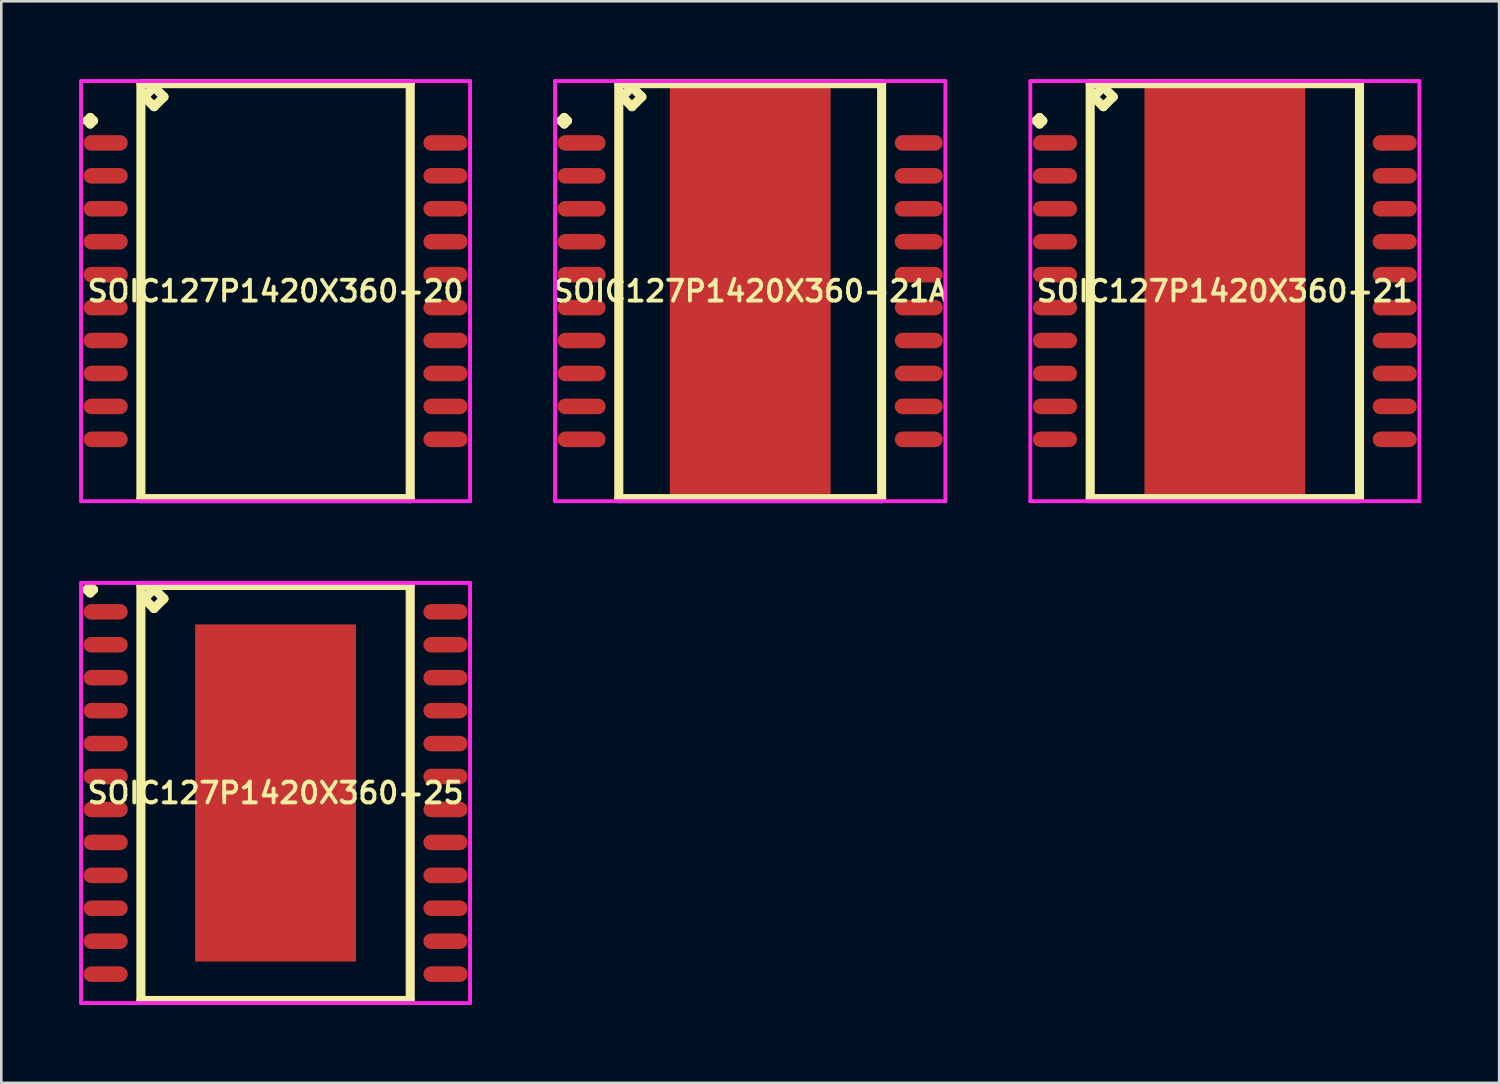
<source format=kicad_pcb>
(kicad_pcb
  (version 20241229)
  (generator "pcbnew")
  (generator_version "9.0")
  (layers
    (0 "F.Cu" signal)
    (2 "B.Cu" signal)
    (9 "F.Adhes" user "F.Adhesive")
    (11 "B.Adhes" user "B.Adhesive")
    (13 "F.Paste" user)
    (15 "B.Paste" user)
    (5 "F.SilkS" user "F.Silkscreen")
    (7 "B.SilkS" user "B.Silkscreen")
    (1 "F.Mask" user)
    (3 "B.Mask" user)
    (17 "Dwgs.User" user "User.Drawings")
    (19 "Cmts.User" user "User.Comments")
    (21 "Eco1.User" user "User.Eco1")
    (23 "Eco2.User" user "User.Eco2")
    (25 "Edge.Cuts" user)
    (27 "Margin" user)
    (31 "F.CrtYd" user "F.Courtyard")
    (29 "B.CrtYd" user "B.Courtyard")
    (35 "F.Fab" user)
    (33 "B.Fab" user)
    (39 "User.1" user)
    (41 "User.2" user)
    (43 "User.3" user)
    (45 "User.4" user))
  (footprint "SOIC127P1420X360-20"
    (layer "F.Cu")
    (at 7.575 8.175)
    (property "Reference" "SOIC127P1420X360-20" (at 0 0 0) (layer "F.SilkS") (effects (font (size 0.8 0.8) (thickness 0.15))))
    (attr smd)
    (fp_line (start -7.273 -6.569) (end -7.146 -6.696) (stroke (width 0.35) (type solid)) (layer "F.SilkS"))
    (fp_line (start -7.146 -6.696) (end -7.019 -6.569) (stroke (width 0.35) (type solid)) (layer "F.SilkS"))
    (fp_line (start -7.146 -6.442) (end -7.273 -6.569) (stroke (width 0.35) (type solid)) (layer "F.SilkS"))
    (fp_line (start -7.019 -6.569) (end -7.146 -6.442) (stroke (width 0.35) (type solid)) (layer "F.SilkS"))
    (fp_line (start -5.192 -8) (end -5.192 8) (stroke (width 0.35) (type solid)) (layer "F.SilkS"))
    (fp_line (start -5.192 8) (end 5.192 8) (stroke (width 0.35) (type solid)) (layer "F.SilkS"))
    (fp_line (start -5.065 -7.492) (end -4.684 -7.873) (stroke (width 0.35) (type solid)) (layer "F.SilkS"))
    (fp_line (start -4.684 -7.873) (end -4.303 -7.492) (stroke (width 0.35) (type solid)) (layer "F.SilkS"))
    (fp_line (start -4.684 -7.111) (end -5.065 -7.492) (stroke (width 0.35) (type solid)) (layer "F.SilkS"))
    (fp_line (start -4.303 -7.492) (end -4.684 -7.111) (stroke (width 0.35) (type solid)) (layer "F.SilkS"))
    (fp_line (start 5.192 -8) (end -5.192 -8) (stroke (width 0.35) (type solid)) (layer "F.SilkS"))
    (fp_line (start 5.192 8) (end 5.192 -8) (stroke (width 0.35) (type solid)) (layer "F.SilkS"))
    (fp_line (start -7.5 -8.1) (end 7.5 -8.1) (stroke (width 0.15) (type solid)) (layer "F.CrtYd"))
    (fp_line (start -7.5 8.1) (end -7.5 -8.1) (stroke (width 0.15) (type solid)) (layer "F.CrtYd"))
    (fp_line (start 7.5 -8.1) (end 7.5 8.1) (stroke (width 0.15) (type solid)) (layer "F.CrtYd"))
    (fp_line (start 7.5 8.1) (end -7.5 8.1) (stroke (width 0.15) (type solid)) (layer "F.CrtYd"))
    (pad "1" smd oval (at -6.55 -5.715) (size 1.7 0.6) (layers "F.Cu" "F.Mask" "F.Paste"))
    (pad "2" smd oval (at -6.55 -4.445) (size 1.7 0.6) (layers "F.Cu" "F.Mask" "F.Paste"))
    (pad "3" smd oval (at -6.55 -3.175) (size 1.7 0.6) (layers "F.Cu" "F.Mask" "F.Paste"))
    (pad "4" smd oval (at -6.55 -1.905) (size 1.7 0.6) (layers "F.Cu" "F.Mask" "F.Paste"))
    (pad "5" smd oval (at -6.55 -0.635) (size 1.7 0.6) (layers "F.Cu" "F.Mask" "F.Paste"))
    (pad "6" smd oval (at -6.55 0.635) (size 1.7 0.6) (layers "F.Cu" "F.Mask" "F.Paste"))
    (pad "7" smd oval (at -6.55 1.905) (size 1.7 0.6) (layers "F.Cu" "F.Mask" "F.Paste"))
    (pad "8" smd oval (at -6.55 3.175) (size 1.7 0.6) (layers "F.Cu" "F.Mask" "F.Paste"))
    (pad "9" smd oval (at -6.55 4.445) (size 1.7 0.6) (layers "F.Cu" "F.Mask" "F.Paste"))
    (pad "10" smd oval (at -6.55 5.715) (size 1.7 0.6) (layers "F.Cu" "F.Mask" "F.Paste"))
    (pad "11" smd oval (at 6.55 5.715) (size 1.7 0.6) (layers "F.Cu" "F.Mask" "F.Paste"))
    (pad "12" smd oval (at 6.55 4.445) (size 1.7 0.6) (layers "F.Cu" "F.Mask" "F.Paste"))
    (pad "13" smd oval (at 6.55 3.175) (size 1.7 0.6) (layers "F.Cu" "F.Mask" "F.Paste"))
    (pad "14" smd oval (at 6.55 1.905) (size 1.7 0.6) (layers "F.Cu" "F.Mask" "F.Paste"))
    (pad "15" smd oval (at 6.55 0.635) (size 1.7 0.6) (layers "F.Cu" "F.Mask" "F.Paste"))
    (pad "16" smd oval (at 6.55 -0.635) (size 1.7 0.6) (layers "F.Cu" "F.Mask" "F.Paste"))
    (pad "17" smd oval (at 6.55 -1.905) (size 1.7 0.6) (layers "F.Cu" "F.Mask" "F.Paste"))
    (pad "18" smd oval (at 6.55 -3.175) (size 1.7 0.6) (layers "F.Cu" "F.Mask" "F.Paste"))
    (pad "19" smd oval (at 6.55 -4.445) (size 1.7 0.6) (layers "F.Cu" "F.Mask" "F.Paste"))
    (pad "20" smd oval (at 6.55 -5.715) (size 1.7 0.6) (layers "F.Cu" "F.Mask" "F.Paste")))
  (footprint "SOIC127P1420X360-25"
    (layer "F.Cu")
    (at 7.575 27.525)
    (property "Reference" "SOIC127P1420X360-25" (at 0 0 0) (layer "F.SilkS") (effects (font (size 0.8 0.8) (thickness 0.15))))
    (attr smd)
    (fp_line (start -7.273 -7.839) (end -7.146 -7.966) (stroke (width 0.35) (type solid)) (layer "F.SilkS"))
    (fp_line (start -7.146 -7.966) (end -7.019 -7.839) (stroke (width 0.35) (type solid)) (layer "F.SilkS"))
    (fp_line (start -7.146 -7.712) (end -7.273 -7.839) (stroke (width 0.35) (type solid)) (layer "F.SilkS"))
    (fp_line (start -7.019 -7.839) (end -7.146 -7.712) (stroke (width 0.35) (type solid)) (layer "F.SilkS"))
    (fp_line (start -5.192 -8) (end -5.192 8) (stroke (width 0.35) (type solid)) (layer "F.SilkS"))
    (fp_line (start -5.192 8) (end 5.192 8) (stroke (width 0.35) (type solid)) (layer "F.SilkS"))
    (fp_line (start -5.065 -7.492) (end -4.684 -7.873) (stroke (width 0.35) (type solid)) (layer "F.SilkS"))
    (fp_line (start -4.684 -7.873) (end -4.303 -7.492) (stroke (width 0.35) (type solid)) (layer "F.SilkS"))
    (fp_line (start -4.684 -7.111) (end -5.065 -7.492) (stroke (width 0.35) (type solid)) (layer "F.SilkS"))
    (fp_line (start -4.303 -7.492) (end -4.684 -7.111) (stroke (width 0.35) (type solid)) (layer "F.SilkS"))
    (fp_line (start 5.192 -8) (end -5.192 -8) (stroke (width 0.35) (type solid)) (layer "F.SilkS"))
    (fp_line (start 5.192 8) (end 5.192 -8) (stroke (width 0.35) (type solid)) (layer "F.SilkS"))
    (fp_line (start -7.5 -8.1) (end 7.5 -8.1) (stroke (width 0.15) (type solid)) (layer "F.CrtYd"))
    (fp_line (start -7.5 8.1) (end -7.5 -8.1) (stroke (width 0.15) (type solid)) (layer "F.CrtYd"))
    (fp_line (start 7.5 -8.1) (end 7.5 8.1) (stroke (width 0.15) (type solid)) (layer "F.CrtYd"))
    (fp_line (start 7.5 8.1) (end -7.5 8.1) (stroke (width 0.15) (type solid)) (layer "F.CrtYd"))
    (pad "1" smd oval (at -6.55 -6.985) (size 1.7 0.6) (layers "F.Cu" "F.Mask" "F.Paste"))
    (pad "2" smd oval (at -6.55 -5.715) (size 1.7 0.6) (layers "F.Cu" "F.Mask" "F.Paste"))
    (pad "3" smd oval (at -6.55 -4.445) (size 1.7 0.6) (layers "F.Cu" "F.Mask" "F.Paste"))
    (pad "4" smd oval (at -6.55 -3.175) (size 1.7 0.6) (layers "F.Cu" "F.Mask" "F.Paste"))
    (pad "5" smd oval (at -6.55 -1.905) (size 1.7 0.6) (layers "F.Cu" "F.Mask" "F.Paste"))
    (pad "6" smd oval (at -6.55 -0.635) (size 1.7 0.6) (layers "F.Cu" "F.Mask" "F.Paste"))
    (pad "7" smd oval (at -6.55 0.635) (size 1.7 0.6) (layers "F.Cu" "F.Mask" "F.Paste"))
    (pad "8" smd oval (at -6.55 1.905) (size 1.7 0.6) (layers "F.Cu" "F.Mask" "F.Paste"))
    (pad "9" smd oval (at -6.55 3.175) (size 1.7 0.6) (layers "F.Cu" "F.Mask" "F.Paste"))
    (pad "10" smd oval (at -6.55 4.445) (size 1.7 0.6) (layers "F.Cu" "F.Mask" "F.Paste"))
    (pad "11" smd oval (at -6.55 5.715) (size 1.7 0.6) (layers "F.Cu" "F.Mask" "F.Paste"))
    (pad "12" smd oval (at -6.55 6.985) (size 1.7 0.6) (layers "F.Cu" "F.Mask" "F.Paste"))
    (pad "13" smd oval (at 6.55 6.985) (size 1.7 0.6) (layers "F.Cu" "F.Mask" "F.Paste"))
    (pad "14" smd oval (at 6.55 5.715) (size 1.7 0.6) (layers "F.Cu" "F.Mask" "F.Paste"))
    (pad "15" smd oval (at 6.55 4.445) (size 1.7 0.6) (layers "F.Cu" "F.Mask" "F.Paste"))
    (pad "16" smd oval (at 6.55 3.175) (size 1.7 0.6) (layers "F.Cu" "F.Mask" "F.Paste"))
    (pad "17" smd oval (at 6.55 1.905) (size 1.7 0.6) (layers "F.Cu" "F.Mask" "F.Paste"))
    (pad "18" smd oval (at 6.55 0.635) (size 1.7 0.6) (layers "F.Cu" "F.Mask" "F.Paste"))
    (pad "19" smd oval (at 6.55 -0.635) (size 1.7 0.6) (layers "F.Cu" "F.Mask" "F.Paste"))
    (pad "20" smd oval (at 6.55 -1.905) (size 1.7 0.6) (layers "F.Cu" "F.Mask" "F.Paste"))
    (pad "21" smd oval (at 6.55 -3.175) (size 1.7 0.6) (layers "F.Cu" "F.Mask" "F.Paste"))
    (pad "22" smd oval (at 6.55 -4.445) (size 1.7 0.6) (layers "F.Cu" "F.Mask" "F.Paste"))
    (pad "23" smd oval (at 6.55 -5.715) (size 1.7 0.6) (layers "F.Cu" "F.Mask" "F.Paste"))
    (pad "24" smd oval (at 6.55 -6.985) (size 1.7 0.6) (layers "F.Cu" "F.Mask" "F.Paste"))
    (pad "25" smd rect (at 0 0) (size 6.2 13) (layers "F.Cu" "F.Mask" "F.Paste")))
  (footprint "SOIC127P1420X360-21"
    (layer "F.Cu")
    (at 44.177 8.175)
    (property "Reference" "SOIC127P1420X360-21" (at 0 0 0) (layer "F.SilkS") (effects (font (size 0.8 0.8) (thickness 0.15))))
    (attr smd)
    (fp_line (start -7.273 -6.569) (end -7.146 -6.696) (stroke (width 0.35) (type solid)) (layer "F.SilkS"))
    (fp_line (start -7.146 -6.696) (end -7.019 -6.569) (stroke (width 0.35) (type solid)) (layer "F.SilkS"))
    (fp_line (start -7.146 -6.442) (end -7.273 -6.569) (stroke (width 0.35) (type solid)) (layer "F.SilkS"))
    (fp_line (start -7.019 -6.569) (end -7.146 -6.442) (stroke (width 0.35) (type solid)) (layer "F.SilkS"))
    (fp_line (start -5.192 -8) (end -5.192 8) (stroke (width 0.35) (type solid)) (layer "F.SilkS"))
    (fp_line (start -5.192 8) (end 5.192 8) (stroke (width 0.35) (type solid)) (layer "F.SilkS"))
    (fp_line (start -5.065 -7.492) (end -4.684 -7.873) (stroke (width 0.35) (type solid)) (layer "F.SilkS"))
    (fp_line (start -4.684 -7.873) (end -4.303 -7.492) (stroke (width 0.35) (type solid)) (layer "F.SilkS"))
    (fp_line (start -4.684 -7.111) (end -5.065 -7.492) (stroke (width 0.35) (type solid)) (layer "F.SilkS"))
    (fp_line (start -4.303 -7.492) (end -4.684 -7.111) (stroke (width 0.35) (type solid)) (layer "F.SilkS"))
    (fp_line (start 5.192 -8) (end -5.192 -8) (stroke (width 0.35) (type solid)) (layer "F.SilkS"))
    (fp_line (start 5.192 8) (end 5.192 -8) (stroke (width 0.35) (type solid)) (layer "F.SilkS"))
    (fp_line (start -7.5 -8.1) (end 7.5 -8.1) (stroke (width 0.15) (type solid)) (layer "F.CrtYd"))
    (fp_line (start -7.5 8.1) (end -7.5 -8.1) (stroke (width 0.15) (type solid)) (layer "F.CrtYd"))
    (fp_line (start 7.5 -8.1) (end 7.5 8.1) (stroke (width 0.15) (type solid)) (layer "F.CrtYd"))
    (fp_line (start 7.5 8.1) (end -7.5 8.1) (stroke (width 0.15) (type solid)) (layer "F.CrtYd"))
    (pad "1" smd oval (at -6.55 -5.715) (size 1.7 0.6) (layers "F.Cu" "F.Mask" "F.Paste"))
    (pad "2" smd oval (at -6.55 -4.445) (size 1.7 0.6) (layers "F.Cu" "F.Mask" "F.Paste"))
    (pad "3" smd oval (at -6.55 -3.175) (size 1.7 0.6) (layers "F.Cu" "F.Mask" "F.Paste"))
    (pad "4" smd oval (at -6.55 -1.905) (size 1.7 0.6) (layers "F.Cu" "F.Mask" "F.Paste"))
    (pad "5" smd oval (at -6.55 -0.635) (size 1.7 0.6) (layers "F.Cu" "F.Mask" "F.Paste"))
    (pad "6" smd oval (at -6.55 0.635) (size 1.7 0.6) (layers "F.Cu" "F.Mask" "F.Paste"))
    (pad "7" smd oval (at -6.55 1.905) (size 1.7 0.6) (layers "F.Cu" "F.Mask" "F.Paste"))
    (pad "8" smd oval (at -6.55 3.175) (size 1.7 0.6) (layers "F.Cu" "F.Mask" "F.Paste"))
    (pad "9" smd oval (at -6.55 4.445) (size 1.7 0.6) (layers "F.Cu" "F.Mask" "F.Paste"))
    (pad "10" smd oval (at -6.55 5.715) (size 1.7 0.6) (layers "F.Cu" "F.Mask" "F.Paste"))
    (pad "11" smd oval (at 6.55 5.715) (size 1.7 0.6) (layers "F.Cu" "F.Mask" "F.Paste"))
    (pad "12" smd oval (at 6.55 4.445) (size 1.7 0.6) (layers "F.Cu" "F.Mask" "F.Paste"))
    (pad "13" smd oval (at 6.55 3.175) (size 1.7 0.6) (layers "F.Cu" "F.Mask" "F.Paste"))
    (pad "14" smd oval (at 6.55 1.905) (size 1.7 0.6) (layers "F.Cu" "F.Mask" "F.Paste"))
    (pad "15" smd oval (at 6.55 0.635) (size 1.7 0.6) (layers "F.Cu" "F.Mask" "F.Paste"))
    (pad "16" smd oval (at 6.55 -0.635) (size 1.7 0.6) (layers "F.Cu" "F.Mask" "F.Paste"))
    (pad "17" smd oval (at 6.55 -1.905) (size 1.7 0.6) (layers "F.Cu" "F.Mask" "F.Paste"))
    (pad "18" smd oval (at 6.55 -3.175) (size 1.7 0.6) (layers "F.Cu" "F.Mask" "F.Paste"))
    (pad "19" smd oval (at 6.55 -4.445) (size 1.7 0.6) (layers "F.Cu" "F.Mask" "F.Paste"))
    (pad "20" smd oval (at 6.55 -5.715) (size 1.7 0.6) (layers "F.Cu" "F.Mask" "F.Paste"))
    (pad "21" smd rect (at 0 0) (size 6.2 16) (layers "F.Cu" "F.Mask" "F.Paste")))
  (footprint "SOIC127P1420X360-21A"
    (layer "F.Cu")
    (at 25.876 8.175)
    (property "Reference" "SOIC127P1420X360-21A" (at 0 0 0) (layer "F.SilkS") (effects (font (size 0.8 0.8) (thickness 0.15))))
    (attr smd)
    (fp_line (start -7.298 -6.569) (end -7.171 -6.696) (stroke (width 0.35) (type solid)) (layer "F.SilkS"))
    (fp_line (start -7.171 -6.696) (end -7.044 -6.569) (stroke (width 0.35) (type solid)) (layer "F.SilkS"))
    (fp_line (start -7.171 -6.442) (end -7.298 -6.569) (stroke (width 0.35) (type solid)) (layer "F.SilkS"))
    (fp_line (start -7.044 -6.569) (end -7.171 -6.442) (stroke (width 0.35) (type solid)) (layer "F.SilkS"))
    (fp_line (start -5.067 -8) (end -5.067 8) (stroke (width 0.35) (type solid)) (layer "F.SilkS"))
    (fp_line (start -5.067 8) (end 5.067 8) (stroke (width 0.35) (type solid)) (layer "F.SilkS"))
    (fp_line (start -4.94 -7.492) (end -4.559 -7.873) (stroke (width 0.35) (type solid)) (layer "F.SilkS"))
    (fp_line (start -4.559 -7.873) (end -4.178 -7.492) (stroke (width 0.35) (type solid)) (layer "F.SilkS"))
    (fp_line (start -4.559 -7.111) (end -4.94 -7.492) (stroke (width 0.35) (type solid)) (layer "F.SilkS"))
    (fp_line (start -4.178 -7.492) (end -4.559 -7.111) (stroke (width 0.35) (type solid)) (layer "F.SilkS"))
    (fp_line (start 5.067 -8) (end -5.067 -8) (stroke (width 0.35) (type solid)) (layer "F.SilkS"))
    (fp_line (start 5.067 8) (end 5.067 -8) (stroke (width 0.35) (type solid)) (layer "F.SilkS"))
    (fp_line (start -7.525 -8.1) (end 7.525 -8.1) (stroke (width 0.15) (type solid)) (layer "F.CrtYd"))
    (fp_line (start -7.525 8.1) (end -7.525 -8.1) (stroke (width 0.15) (type solid)) (layer "F.CrtYd"))
    (fp_line (start 7.525 -8.1) (end 7.525 8.1) (stroke (width 0.15) (type solid)) (layer "F.CrtYd"))
    (fp_line (start 7.525 8.1) (end -7.525 8.1) (stroke (width 0.15) (type solid)) (layer "F.CrtYd"))
    (pad "1" smd oval (at -6.5 -5.715) (size 1.85 0.6) (layers "F.Cu" "F.Mask" "F.Paste"))
    (pad "2" smd oval (at -6.5 -4.445) (size 1.85 0.6) (layers "F.Cu" "F.Mask" "F.Paste"))
    (pad "3" smd oval (at -6.5 -3.175) (size 1.85 0.6) (layers "F.Cu" "F.Mask" "F.Paste"))
    (pad "4" smd oval (at -6.5 -1.905) (size 1.85 0.6) (layers "F.Cu" "F.Mask" "F.Paste"))
    (pad "5" smd oval (at -6.5 -0.635) (size 1.85 0.6) (layers "F.Cu" "F.Mask" "F.Paste"))
    (pad "6" smd oval (at -6.5 0.635) (size 1.85 0.6) (layers "F.Cu" "F.Mask" "F.Paste"))
    (pad "7" smd oval (at -6.5 1.905) (size 1.85 0.6) (layers "F.Cu" "F.Mask" "F.Paste"))
    (pad "8" smd oval (at -6.5 3.175) (size 1.85 0.6) (layers "F.Cu" "F.Mask" "F.Paste"))
    (pad "9" smd oval (at -6.5 4.445) (size 1.85 0.6) (layers "F.Cu" "F.Mask" "F.Paste"))
    (pad "10" smd oval (at -6.5 5.715) (size 1.85 0.6) (layers "F.Cu" "F.Mask" "F.Paste"))
    (pad "11" smd oval (at 6.5 5.715) (size 1.85 0.6) (layers "F.Cu" "F.Mask" "F.Paste"))
    (pad "12" smd oval (at 6.5 4.445) (size 1.85 0.6) (layers "F.Cu" "F.Mask" "F.Paste"))
    (pad "13" smd oval (at 6.5 3.175) (size 1.85 0.6) (layers "F.Cu" "F.Mask" "F.Paste"))
    (pad "14" smd oval (at 6.5 1.905) (size 1.85 0.6) (layers "F.Cu" "F.Mask" "F.Paste"))
    (pad "15" smd oval (at 6.5 0.635) (size 1.85 0.6) (layers "F.Cu" "F.Mask" "F.Paste"))
    (pad "16" smd oval (at 6.5 -0.635) (size 1.85 0.6) (layers "F.Cu" "F.Mask" "F.Paste"))
    (pad "17" smd oval (at 6.5 -1.905) (size 1.85 0.6) (layers "F.Cu" "F.Mask" "F.Paste"))
    (pad "18" smd oval (at 6.5 -3.175) (size 1.85 0.6) (layers "F.Cu" "F.Mask" "F.Paste"))
    (pad "19" smd oval (at 6.5 -4.445) (size 1.85 0.6) (layers "F.Cu" "F.Mask" "F.Paste"))
    (pad "20" smd oval (at 6.5 -5.715) (size 1.85 0.6) (layers "F.Cu" "F.Mask" "F.Paste"))
    (pad "21" smd rect (at 0 0) (size 6.2 16) (layers "F.Cu" "F.Mask" "F.Paste")))
  (gr_rect
    (start -3 -3)
    (end 54.752 38.7)
    (stroke (width 0.1) (type default))
    (fill no)
    (layer "Edge.Cuts")))
</source>
